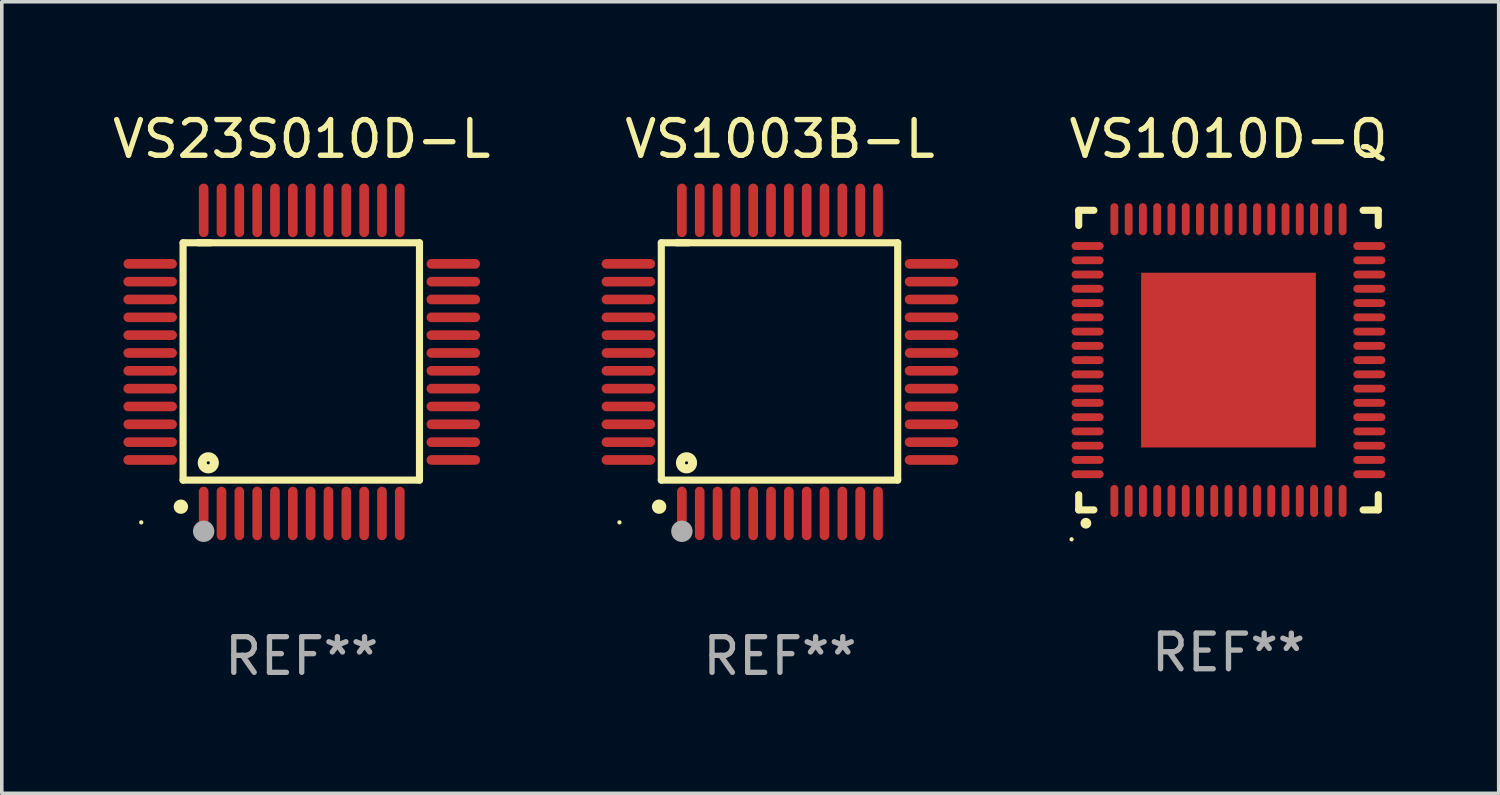
<source format=kicad_pcb>
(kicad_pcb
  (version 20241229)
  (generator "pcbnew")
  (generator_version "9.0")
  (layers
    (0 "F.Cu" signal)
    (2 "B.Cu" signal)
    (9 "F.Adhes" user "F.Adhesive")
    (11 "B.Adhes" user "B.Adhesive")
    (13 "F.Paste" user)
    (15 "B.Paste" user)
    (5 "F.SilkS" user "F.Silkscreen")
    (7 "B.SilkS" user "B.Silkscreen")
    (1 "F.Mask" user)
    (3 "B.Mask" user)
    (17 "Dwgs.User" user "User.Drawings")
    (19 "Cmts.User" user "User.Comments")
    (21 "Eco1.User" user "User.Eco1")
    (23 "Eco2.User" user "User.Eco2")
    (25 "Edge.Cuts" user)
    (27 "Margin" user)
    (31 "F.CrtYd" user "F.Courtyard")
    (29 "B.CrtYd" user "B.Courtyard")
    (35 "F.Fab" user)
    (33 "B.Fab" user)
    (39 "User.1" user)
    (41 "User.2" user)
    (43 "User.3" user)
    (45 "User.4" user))
  (footprint "VS1003B-L"
    (layer "F.Cu")
    (at 18.821 7.098)
    (property "Reference" "VS1003B-L" (at 0 -6.25 0) (layer "F.SilkS") (effects (font (size 1 1) (thickness 0.15))))
    (attr through_hole)
    (fp_line (start -3.327 -3.34) (end -2.565 -3.34) (stroke (width 0.2) (type solid)) (layer "F.SilkS"))
    (fp_line (start -3.327 3.315) (end -3.327 -3.34) (stroke (width 0.2) (type solid)) (layer "F.SilkS"))
    (fp_line (start -2.896 -3.34) (end 3.302 -3.34) (stroke (width 0.2) (type solid)) (layer "F.SilkS"))
    (fp_line (start 3.302 -3.34) (end 3.302 3.315) (stroke (width 0.2) (type solid)) (layer "F.SilkS"))
    (fp_line (start 3.302 3.315) (end -3.327 3.315) (stroke (width 0.2) (type solid)) (layer "F.SilkS"))
    (fp_arc (start -3.389992 4.059995) (mid -3.388722 4.059991) (end -3.387452 4.059995) (stroke (width 0.4) (type solid)) (layer "F.SilkS"))
    (fp_circle (center -4.5 4.5) (end -4.47 4.5) (stroke (width 0.06) (type solid)) (fill no) (layer "F.SilkS"))
    (fp_circle (center -2.62 2.83) (end -2.45 2.83) (stroke (width 0.254) (type solid)) (fill no) (layer "F.SilkS"))
    (fp_circle (center -2.75 4.75) (end -2.6 4.75) (stroke (width 0.3) (type solid)) (fill no) (layer "F.Fab"))
    (fp_text user "REF**" (at 0 8.25 0) (layer "F.Fab") (effects (font (size 1 1) (thickness 0.15))))
    (pad "1" smd oval (at -2.75 4.25) (size 0.27 1.5) (layers "F.Cu" "F.Mask" "F.Paste"))
    (pad "2" smd oval (at -2.25 4.25) (size 0.27 1.5) (layers "F.Cu" "F.Mask" "F.Paste"))
    (pad "3" smd oval (at -1.75 4.25) (size 0.27 1.5) (layers "F.Cu" "F.Mask" "F.Paste"))
    (pad "4" smd oval (at -1.25 4.25) (size 0.27 1.5) (layers "F.Cu" "F.Mask" "F.Paste"))
    (pad "5" smd oval (at -0.75 4.25) (size 0.27 1.5) (layers "F.Cu" "F.Mask" "F.Paste"))
    (pad "6" smd oval (at -0.25 4.25) (size 0.27 1.5) (layers "F.Cu" "F.Mask" "F.Paste"))
    (pad "7" smd oval (at 0.25 4.25) (size 0.27 1.5) (layers "F.Cu" "F.Mask" "F.Paste"))
    (pad "8" smd oval (at 0.75 4.25) (size 0.27 1.5) (layers "F.Cu" "F.Mask" "F.Paste"))
    (pad "9" smd oval (at 1.25 4.25) (size 0.27 1.5) (layers "F.Cu" "F.Mask" "F.Paste"))
    (pad "10" smd oval (at 1.75 4.25) (size 0.27 1.5) (layers "F.Cu" "F.Mask" "F.Paste"))
    (pad "11" smd oval (at 2.25 4.25) (size 0.27 1.5) (layers "F.Cu" "F.Mask" "F.Paste"))
    (pad "12" smd oval (at 2.75 4.25) (size 0.27 1.5) (layers "F.Cu" "F.Mask" "F.Paste"))
    (pad "13" smd oval (at 4.25 2.75) (size 1.5 0.27) (layers "F.Cu" "F.Mask" "F.Paste"))
    (pad "14" smd oval (at 4.25 2.25) (size 1.5 0.27) (layers "F.Cu" "F.Mask" "F.Paste"))
    (pad "15" smd oval (at 4.25 1.75) (size 1.5 0.27) (layers "F.Cu" "F.Mask" "F.Paste"))
    (pad "16" smd oval (at 4.25 1.25) (size 1.5 0.27) (layers "F.Cu" "F.Mask" "F.Paste"))
    (pad "17" smd oval (at 4.25 0.75) (size 1.5 0.27) (layers "F.Cu" "F.Mask" "F.Paste"))
    (pad "18" smd oval (at 4.25 0.25) (size 1.5 0.27) (layers "F.Cu" "F.Mask" "F.Paste"))
    (pad "19" smd oval (at 4.25 -0.25) (size 1.5 0.27) (layers "F.Cu" "F.Mask" "F.Paste"))
    (pad "20" smd oval (at 4.25 -0.75) (size 1.5 0.27) (layers "F.Cu" "F.Mask" "F.Paste"))
    (pad "21" smd oval (at 4.25 -1.25) (size 1.5 0.27) (layers "F.Cu" "F.Mask" "F.Paste"))
    (pad "22" smd oval (at 4.25 -1.75) (size 1.5 0.27) (layers "F.Cu" "F.Mask" "F.Paste"))
    (pad "23" smd oval (at 4.25 -2.25) (size 1.5 0.27) (layers "F.Cu" "F.Mask" "F.Paste"))
    (pad "24" smd oval (at 4.25 -2.75) (size 1.5 0.27) (layers "F.Cu" "F.Mask" "F.Paste"))
    (pad "25" smd oval (at 2.75 -4.25) (size 0.27 1.5) (layers "F.Cu" "F.Mask" "F.Paste"))
    (pad "26" smd oval (at 2.25 -4.25) (size 0.27 1.5) (layers "F.Cu" "F.Mask" "F.Paste"))
    (pad "27" smd oval (at 1.75 -4.25) (size 0.27 1.5) (layers "F.Cu" "F.Mask" "F.Paste"))
    (pad "28" smd oval (at 1.25 -4.25) (size 0.27 1.5) (layers "F.Cu" "F.Mask" "F.Paste"))
    (pad "29" smd oval (at 0.75 -4.25) (size 0.27 1.5) (layers "F.Cu" "F.Mask" "F.Paste"))
    (pad "30" smd oval (at 0.25 -4.25) (size 0.27 1.5) (layers "F.Cu" "F.Mask" "F.Paste"))
    (pad "31" smd oval (at -0.25 -4.25) (size 0.27 1.5) (layers "F.Cu" "F.Mask" "F.Paste"))
    (pad "32" smd oval (at -0.75 -4.25) (size 0.27 1.5) (layers "F.Cu" "F.Mask" "F.Paste"))
    (pad "33" smd oval (at -1.25 -4.25) (size 0.27 1.5) (layers "F.Cu" "F.Mask" "F.Paste"))
    (pad "34" smd oval (at -1.75 -4.25) (size 0.27 1.5) (layers "F.Cu" "F.Mask" "F.Paste"))
    (pad "35" smd oval (at -2.25 -4.25) (size 0.27 1.5) (layers "F.Cu" "F.Mask" "F.Paste"))
    (pad "36" smd oval (at -2.75 -4.25) (size 0.27 1.5) (layers "F.Cu" "F.Mask" "F.Paste"))
    (pad "37" smd oval (at -4.25 -2.75) (size 1.5 0.27) (layers "F.Cu" "F.Mask" "F.Paste"))
    (pad "38" smd oval (at -4.25 -2.25) (size 1.5 0.27) (layers "F.Cu" "F.Mask" "F.Paste"))
    (pad "39" smd oval (at -4.25 -1.75) (size 1.5 0.27) (layers "F.Cu" "F.Mask" "F.Paste"))
    (pad "40" smd oval (at -4.25 -1.25) (size 1.5 0.27) (layers "F.Cu" "F.Mask" "F.Paste"))
    (pad "41" smd oval (at -4.25 -0.75) (size 1.5 0.27) (layers "F.Cu" "F.Mask" "F.Paste"))
    (pad "42" smd oval (at -4.25 -0.25) (size 1.5 0.27) (layers "F.Cu" "F.Mask" "F.Paste"))
    (pad "43" smd oval (at -4.25 0.25) (size 1.5 0.27) (layers "F.Cu" "F.Mask" "F.Paste"))
    (pad "44" smd oval (at -4.25 0.75) (size 1.5 0.27) (layers "F.Cu" "F.Mask" "F.Paste"))
    (pad "45" smd oval (at -4.25 1.25) (size 1.5 0.27) (layers "F.Cu" "F.Mask" "F.Paste"))
    (pad "46" smd oval (at -4.25 1.75) (size 1.5 0.27) (layers "F.Cu" "F.Mask" "F.Paste"))
    (pad "47" smd oval (at -4.25 2.25) (size 1.5 0.27) (layers "F.Cu" "F.Mask" "F.Paste"))
    (pad "48" smd oval (at -4.25 2.75) (size 1.5 0.27) (layers "F.Cu" "F.Mask" "F.Paste")))
  (footprint "VS1010D-Q"
    (layer "F.Cu")
    (at 31.399 7.048)
    (property "Reference" "VS1010D-Q" (at 0 -6.2 0) (layer "F.SilkS") (effects (font (size 1 1) (thickness 0.15))))
    (attr through_hole)
    (fp_line (start -4.2 -4.2) (end -4.2 -3.775) (stroke (width 0.2) (type solid)) (layer "F.SilkS"))
    (fp_line (start -4.2 4.2) (end -4.2 3.775) (stroke (width 0.2) (type solid)) (layer "F.SilkS"))
    (fp_line (start -3.775 -4.2) (end -4.2 -4.2) (stroke (width 0.2) (type solid)) (layer "F.SilkS"))
    (fp_line (start -3.775 4.2) (end -4.2 4.2) (stroke (width 0.2) (type solid)) (layer "F.SilkS"))
    (fp_line (start 3.775 4.2) (end 4.2 4.2) (stroke (width 0.2) (type solid)) (layer "F.SilkS"))
    (fp_line (start 4.2 -4.2) (end 3.775 -4.2) (stroke (width 0.2) (type solid)) (layer "F.SilkS"))
    (fp_line (start 4.2 -3.775) (end 4.2 -4.2) (stroke (width 0.2) (type solid)) (layer "F.SilkS"))
    (fp_line (start 4.2 4.2) (end 4.2 3.775) (stroke (width 0.2) (type solid)) (layer "F.SilkS"))
    (fp_arc (start -4.000495 4.574536) (mid -3.999225 4.574531) (end -3.997955 4.574536) (stroke (width 0.3) (type solid)) (layer "F.SilkS"))
    (fp_circle (center -4.4 5.025) (end -4.37 5.025) (stroke (width 0.06) (type solid)) (fill no) (layer "F.SilkS"))
    (fp_text user "REF**" (at 0 8.2 0) (layer "F.Fab") (effects (font (size 1 1) (thickness 0.15))))
    (pad "1" smd oval (at -3.2 3.95) (size 0.22 0.9) (layers "F.Cu" "F.Mask" "F.Paste"))
    (pad "2" smd oval (at -2.799 3.95) (size 0.22 0.9) (layers "F.Cu" "F.Mask" "F.Paste"))
    (pad "3" smd oval (at -2.4 3.95) (size 0.22 0.9) (layers "F.Cu" "F.Mask" "F.Paste"))
    (pad "4" smd oval (at -1.999 3.95) (size 0.22 0.9) (layers "F.Cu" "F.Mask" "F.Paste"))
    (pad "5" smd oval (at -1.6 3.95) (size 0.22 0.9) (layers "F.Cu" "F.Mask" "F.Paste"))
    (pad "6" smd oval (at -1.199 3.95) (size 0.22 0.9) (layers "F.Cu" "F.Mask" "F.Paste"))
    (pad "7" smd oval (at -0.8 3.95) (size 0.22 0.9) (layers "F.Cu" "F.Mask" "F.Paste"))
    (pad "8" smd oval (at -0.399 3.95) (size 0.22 0.9) (layers "F.Cu" "F.Mask" "F.Paste"))
    (pad "9" smd oval (at -0.000038 3.95) (size 0.22 0.9) (layers "F.Cu" "F.Mask" "F.Paste"))
    (pad "10" smd oval (at 0.399 3.95) (size 0.22 0.9) (layers "F.Cu" "F.Mask" "F.Paste"))
    (pad "11" smd oval (at 0.8 3.95) (size 0.22 0.9) (layers "F.Cu" "F.Mask" "F.Paste"))
    (pad "12" smd oval (at 1.199 3.95) (size 0.22 0.9) (layers "F.Cu" "F.Mask" "F.Paste"))
    (pad "13" smd oval (at 1.6 3.95) (size 0.22 0.9) (layers "F.Cu" "F.Mask" "F.Paste"))
    (pad "14" smd oval (at 1.999 3.95) (size 0.22 0.9) (layers "F.Cu" "F.Mask" "F.Paste"))
    (pad "15" smd oval (at 2.4 3.95) (size 0.22 0.9) (layers "F.Cu" "F.Mask" "F.Paste"))
    (pad "16" smd oval (at 2.799 3.95) (size 0.22 0.9) (layers "F.Cu" "F.Mask" "F.Paste"))
    (pad "17" smd oval (at 3.2 3.95) (size 0.22 0.9) (layers "F.Cu" "F.Mask" "F.Paste"))
    (pad "18" smd oval (at 3.95 3.2 90) (size 0.22 0.9) (layers "F.Cu" "F.Mask" "F.Paste"))
    (pad "19" smd oval (at 3.95 2.799 90) (size 0.22 0.9) (layers "F.Cu" "F.Mask" "F.Paste"))
    (pad "20" smd oval (at 3.95 2.4 90) (size 0.22 0.9) (layers "F.Cu" "F.Mask" "F.Paste"))
    (pad "21" smd oval (at 3.95 1.999 90) (size 0.22 0.9) (layers "F.Cu" "F.Mask" "F.Paste"))
    (pad "22" smd oval (at 3.95 1.6 90) (size 0.22 0.9) (layers "F.Cu" "F.Mask" "F.Paste"))
    (pad "23" smd oval (at 3.95 1.199 90) (size 0.22 0.9) (layers "F.Cu" "F.Mask" "F.Paste"))
    (pad "24" smd oval (at 3.95 0.8 90) (size 0.22 0.9) (layers "F.Cu" "F.Mask" "F.Paste"))
    (pad "25" smd oval (at 3.95 0.399 90) (size 0.22 0.9) (layers "F.Cu" "F.Mask" "F.Paste"))
    (pad "26" smd oval (at 3.95 0.000089 90) (size 0.22 0.9) (layers "F.Cu" "F.Mask" "F.Paste"))
    (pad "27" smd oval (at 3.95 -0.399 90) (size 0.22 0.9) (layers "F.Cu" "F.Mask" "F.Paste"))
    (pad "28" smd oval (at 3.95 -0.8 90) (size 0.22 0.9) (layers "F.Cu" "F.Mask" "F.Paste"))
    (pad "29" smd oval (at 3.95 -1.199 90) (size 0.22 0.9) (layers "F.Cu" "F.Mask" "F.Paste"))
    (pad "30" smd oval (at 3.95 -1.6 90) (size 0.22 0.9) (layers "F.Cu" "F.Mask" "F.Paste"))
    (pad "31" smd oval (at 3.95 -1.999 90) (size 0.22 0.9) (layers "F.Cu" "F.Mask" "F.Paste"))
    (pad "32" smd oval (at 3.95 -2.4 90) (size 0.22 0.9) (layers "F.Cu" "F.Mask" "F.Paste"))
    (pad "33" smd oval (at 3.95 -2.799 90) (size 0.22 0.9) (layers "F.Cu" "F.Mask" "F.Paste"))
    (pad "34" smd oval (at 3.95 -3.2 90) (size 0.22 0.9) (layers "F.Cu" "F.Mask" "F.Paste"))
    (pad "35" smd oval (at 3.2 -3.95 180) (size 0.22 0.9) (layers "F.Cu" "F.Mask" "F.Paste"))
    (pad "36" smd oval (at 2.799 -3.95 180) (size 0.22 0.9) (layers "F.Cu" "F.Mask" "F.Paste"))
    (pad "37" smd oval (at 2.4 -3.95 180) (size 0.22 0.9) (layers "F.Cu" "F.Mask" "F.Paste"))
    (pad "38" smd oval (at 1.999 -3.95 180) (size 0.22 0.9) (layers "F.Cu" "F.Mask" "F.Paste"))
    (pad "39" smd oval (at 1.6 -3.95 180) (size 0.22 0.9) (layers "F.Cu" "F.Mask" "F.Paste"))
    (pad "40" smd oval (at 1.199 -3.95 180) (size 0.22 0.9) (layers "F.Cu" "F.Mask" "F.Paste"))
    (pad "41" smd oval (at 0.8 -3.95 180) (size 0.22 0.9) (layers "F.Cu" "F.Mask" "F.Paste"))
    (pad "42" smd oval (at 0.399 -3.95 180) (size 0.22 0.9) (layers "F.Cu" "F.Mask" "F.Paste"))
    (pad "43" smd oval (at -0.000038 -3.95 180) (size 0.22 0.9) (layers "F.Cu" "F.Mask" "F.Paste"))
    (pad "44" smd oval (at -0.399 -3.95 180) (size 0.22 0.9) (layers "F.Cu" "F.Mask" "F.Paste"))
    (pad "45" smd oval (at -0.8 -3.95 180) (size 0.22 0.9) (layers "F.Cu" "F.Mask" "F.Paste"))
    (pad "46" smd oval (at -1.199 -3.95 180) (size 0.22 0.9) (layers "F.Cu" "F.Mask" "F.Paste"))
    (pad "47" smd oval (at -1.6 -3.95 180) (size 0.22 0.9) (layers "F.Cu" "F.Mask" "F.Paste"))
    (pad "48" smd oval (at -1.999 -3.95 180) (size 0.22 0.9) (layers "F.Cu" "F.Mask" "F.Paste"))
    (pad "49" smd oval (at -2.4 -3.95 180) (size 0.22 0.9) (layers "F.Cu" "F.Mask" "F.Paste"))
    (pad "50" smd oval (at -2.799 -3.95 180) (size 0.22 0.9) (layers "F.Cu" "F.Mask" "F.Paste"))
    (pad "51" smd oval (at -3.2 -3.95 180) (size 0.22 0.9) (layers "F.Cu" "F.Mask" "F.Paste"))
    (pad "52" smd oval (at -3.95 -3.2 270) (size 0.22 0.9) (layers "F.Cu" "F.Mask" "F.Paste"))
    (pad "53" smd oval (at -3.95 -2.799 270) (size 0.22 0.9) (layers "F.Cu" "F.Mask" "F.Paste"))
    (pad "54" smd oval (at -3.95 -2.4 270) (size 0.22 0.9) (layers "F.Cu" "F.Mask" "F.Paste"))
    (pad "55" smd oval (at -3.95 -1.999 270) (size 0.22 0.9) (layers "F.Cu" "F.Mask" "F.Paste"))
    (pad "56" smd oval (at -3.95 -1.6 270) (size 0.22 0.9) (layers "F.Cu" "F.Mask" "F.Paste"))
    (pad "57" smd oval (at -3.95 -1.199 270) (size 0.22 0.9) (layers "F.Cu" "F.Mask" "F.Paste"))
    (pad "58" smd oval (at -3.95 -0.8 270) (size 0.22 0.9) (layers "F.Cu" "F.Mask" "F.Paste"))
    (pad "59" smd oval (at -3.95 -0.399 270) (size 0.22 0.9) (layers "F.Cu" "F.Mask" "F.Paste"))
    (pad "60" smd oval (at -3.95 0.000089 270) (size 0.22 0.9) (layers "F.Cu" "F.Mask" "F.Paste"))
    (pad "61" smd oval (at -3.95 0.399 270) (size 0.22 0.9) (layers "F.Cu" "F.Mask" "F.Paste"))
    (pad "62" smd oval (at -3.95 0.8 270) (size 0.22 0.9) (layers "F.Cu" "F.Mask" "F.Paste"))
    (pad "63" smd oval (at -3.95 1.199 270) (size 0.22 0.9) (layers "F.Cu" "F.Mask" "F.Paste"))
    (pad "64" smd oval (at -3.95 1.6 270) (size 0.22 0.9) (layers "F.Cu" "F.Mask" "F.Paste"))
    (pad "65" smd oval (at -3.95 1.999 270) (size 0.22 0.9) (layers "F.Cu" "F.Mask" "F.Paste"))
    (pad "66" smd oval (at -3.95 2.4 270) (size 0.22 0.9) (layers "F.Cu" "F.Mask" "F.Paste"))
    (pad "67" smd oval (at -3.95 2.799 270) (size 0.22 0.9) (layers "F.Cu" "F.Mask" "F.Paste"))
    (pad "68" smd oval (at -3.95 3.2 270) (size 0.22 0.9) (layers "F.Cu" "F.Mask" "F.Paste"))
    (pad "69" smd rect (at -0.000038 0.000089 90) (size 4.9 4.9) (layers "F.Cu" "F.Mask" "F.Paste")))
  (footprint "VS23S010D-L"
    (layer "F.Cu")
    (at 5.411 7.098)
    (property "Reference" "VS23S010D-L" (at 0 -6.25 0) (layer "F.SilkS") (effects (font (size 1 1) (thickness 0.15))))
    (attr through_hole)
    (fp_line (start -3.327 -3.34) (end -2.565 -3.34) (stroke (width 0.2) (type solid)) (layer "F.SilkS"))
    (fp_line (start -3.327 3.315) (end -3.327 -3.34) (stroke (width 0.2) (type solid)) (layer "F.SilkS"))
    (fp_line (start -2.896 -3.34) (end 3.302 -3.34) (stroke (width 0.2) (type solid)) (layer "F.SilkS"))
    (fp_line (start 3.302 -3.34) (end 3.302 3.315) (stroke (width 0.2) (type solid)) (layer "F.SilkS"))
    (fp_line (start 3.302 3.315) (end -3.327 3.315) (stroke (width 0.2) (type solid)) (layer "F.SilkS"))
    (fp_arc (start -3.389992 4.059995) (mid -3.388722 4.059991) (end -3.387452 4.059995) (stroke (width 0.4) (type solid)) (layer "F.SilkS"))
    (fp_circle (center -4.5 4.5) (end -4.47 4.5) (stroke (width 0.06) (type solid)) (fill no) (layer "F.SilkS"))
    (fp_circle (center -2.62 2.83) (end -2.45 2.83) (stroke (width 0.254) (type solid)) (fill no) (layer "F.SilkS"))
    (fp_circle (center -2.75 4.75) (end -2.6 4.75) (stroke (width 0.3) (type solid)) (fill no) (layer "F.Fab"))
    (fp_text user "REF**" (at 0 8.25 0) (layer "F.Fab") (effects (font (size 1 1) (thickness 0.15))))
    (pad "1" smd oval (at -2.75 4.25) (size 0.27 1.5) (layers "F.Cu" "F.Mask" "F.Paste"))
    (pad "2" smd oval (at -2.25 4.25) (size 0.27 1.5) (layers "F.Cu" "F.Mask" "F.Paste"))
    (pad "3" smd oval (at -1.75 4.25) (size 0.27 1.5) (layers "F.Cu" "F.Mask" "F.Paste"))
    (pad "4" smd oval (at -1.25 4.25) (size 0.27 1.5) (layers "F.Cu" "F.Mask" "F.Paste"))
    (pad "5" smd oval (at -0.75 4.25) (size 0.27 1.5) (layers "F.Cu" "F.Mask" "F.Paste"))
    (pad "6" smd oval (at -0.25 4.25) (size 0.27 1.5) (layers "F.Cu" "F.Mask" "F.Paste"))
    (pad "7" smd oval (at 0.25 4.25) (size 0.27 1.5) (layers "F.Cu" "F.Mask" "F.Paste"))
    (pad "8" smd oval (at 0.75 4.25) (size 0.27 1.5) (layers "F.Cu" "F.Mask" "F.Paste"))
    (pad "9" smd oval (at 1.25 4.25) (size 0.27 1.5) (layers "F.Cu" "F.Mask" "F.Paste"))
    (pad "10" smd oval (at 1.75 4.25) (size 0.27 1.5) (layers "F.Cu" "F.Mask" "F.Paste"))
    (pad "11" smd oval (at 2.25 4.25) (size 0.27 1.5) (layers "F.Cu" "F.Mask" "F.Paste"))
    (pad "12" smd oval (at 2.75 4.25) (size 0.27 1.5) (layers "F.Cu" "F.Mask" "F.Paste"))
    (pad "13" smd oval (at 4.25 2.75) (size 1.5 0.27) (layers "F.Cu" "F.Mask" "F.Paste"))
    (pad "14" smd oval (at 4.25 2.25) (size 1.5 0.27) (layers "F.Cu" "F.Mask" "F.Paste"))
    (pad "15" smd oval (at 4.25 1.75) (size 1.5 0.27) (layers "F.Cu" "F.Mask" "F.Paste"))
    (pad "16" smd oval (at 4.25 1.25) (size 1.5 0.27) (layers "F.Cu" "F.Mask" "F.Paste"))
    (pad "17" smd oval (at 4.25 0.75) (size 1.5 0.27) (layers "F.Cu" "F.Mask" "F.Paste"))
    (pad "18" smd oval (at 4.25 0.25) (size 1.5 0.27) (layers "F.Cu" "F.Mask" "F.Paste"))
    (pad "19" smd oval (at 4.25 -0.25) (size 1.5 0.27) (layers "F.Cu" "F.Mask" "F.Paste"))
    (pad "20" smd oval (at 4.25 -0.75) (size 1.5 0.27) (layers "F.Cu" "F.Mask" "F.Paste"))
    (pad "21" smd oval (at 4.25 -1.25) (size 1.5 0.27) (layers "F.Cu" "F.Mask" "F.Paste"))
    (pad "22" smd oval (at 4.25 -1.75) (size 1.5 0.27) (layers "F.Cu" "F.Mask" "F.Paste"))
    (pad "23" smd oval (at 4.25 -2.25) (size 1.5 0.27) (layers "F.Cu" "F.Mask" "F.Paste"))
    (pad "24" smd oval (at 4.25 -2.75) (size 1.5 0.27) (layers "F.Cu" "F.Mask" "F.Paste"))
    (pad "25" smd oval (at 2.75 -4.25) (size 0.27 1.5) (layers "F.Cu" "F.Mask" "F.Paste"))
    (pad "26" smd oval (at 2.25 -4.25) (size 0.27 1.5) (layers "F.Cu" "F.Mask" "F.Paste"))
    (pad "27" smd oval (at 1.75 -4.25) (size 0.27 1.5) (layers "F.Cu" "F.Mask" "F.Paste"))
    (pad "28" smd oval (at 1.25 -4.25) (size 0.27 1.5) (layers "F.Cu" "F.Mask" "F.Paste"))
    (pad "29" smd oval (at 0.75 -4.25) (size 0.27 1.5) (layers "F.Cu" "F.Mask" "F.Paste"))
    (pad "30" smd oval (at 0.25 -4.25) (size 0.27 1.5) (layers "F.Cu" "F.Mask" "F.Paste"))
    (pad "31" smd oval (at -0.25 -4.25) (size 0.27 1.5) (layers "F.Cu" "F.Mask" "F.Paste"))
    (pad "32" smd oval (at -0.75 -4.25) (size 0.27 1.5) (layers "F.Cu" "F.Mask" "F.Paste"))
    (pad "33" smd oval (at -1.25 -4.25) (size 0.27 1.5) (layers "F.Cu" "F.Mask" "F.Paste"))
    (pad "34" smd oval (at -1.75 -4.25) (size 0.27 1.5) (layers "F.Cu" "F.Mask" "F.Paste"))
    (pad "35" smd oval (at -2.25 -4.25) (size 0.27 1.5) (layers "F.Cu" "F.Mask" "F.Paste"))
    (pad "36" smd oval (at -2.75 -4.25) (size 0.27 1.5) (layers "F.Cu" "F.Mask" "F.Paste"))
    (pad "37" smd oval (at -4.25 -2.75) (size 1.5 0.27) (layers "F.Cu" "F.Mask" "F.Paste"))
    (pad "38" smd oval (at -4.25 -2.25) (size 1.5 0.27) (layers "F.Cu" "F.Mask" "F.Paste"))
    (pad "39" smd oval (at -4.25 -1.75) (size 1.5 0.27) (layers "F.Cu" "F.Mask" "F.Paste"))
    (pad "40" smd oval (at -4.25 -1.25) (size 1.5 0.27) (layers "F.Cu" "F.Mask" "F.Paste"))
    (pad "41" smd oval (at -4.25 -0.75) (size 1.5 0.27) (layers "F.Cu" "F.Mask" "F.Paste"))
    (pad "42" smd oval (at -4.25 -0.25) (size 1.5 0.27) (layers "F.Cu" "F.Mask" "F.Paste"))
    (pad "43" smd oval (at -4.25 0.25) (size 1.5 0.27) (layers "F.Cu" "F.Mask" "F.Paste"))
    (pad "44" smd oval (at -4.25 0.75) (size 1.5 0.27) (layers "F.Cu" "F.Mask" "F.Paste"))
    (pad "45" smd oval (at -4.25 1.25) (size 1.5 0.27) (layers "F.Cu" "F.Mask" "F.Paste"))
    (pad "46" smd oval (at -4.25 1.75) (size 1.5 0.27) (layers "F.Cu" "F.Mask" "F.Paste"))
    (pad "47" smd oval (at -4.25 2.25) (size 1.5 0.27) (layers "F.Cu" "F.Mask" "F.Paste"))
    (pad "48" smd oval (at -4.25 2.75) (size 1.5 0.27) (layers "F.Cu" "F.Mask" "F.Paste")))
  (gr_rect
    (start -3 -3)
    (end 38.976 19.196)
    (stroke (width 0.1) (type default))
    (fill no)
    (layer "Edge.Cuts")))
</source>
